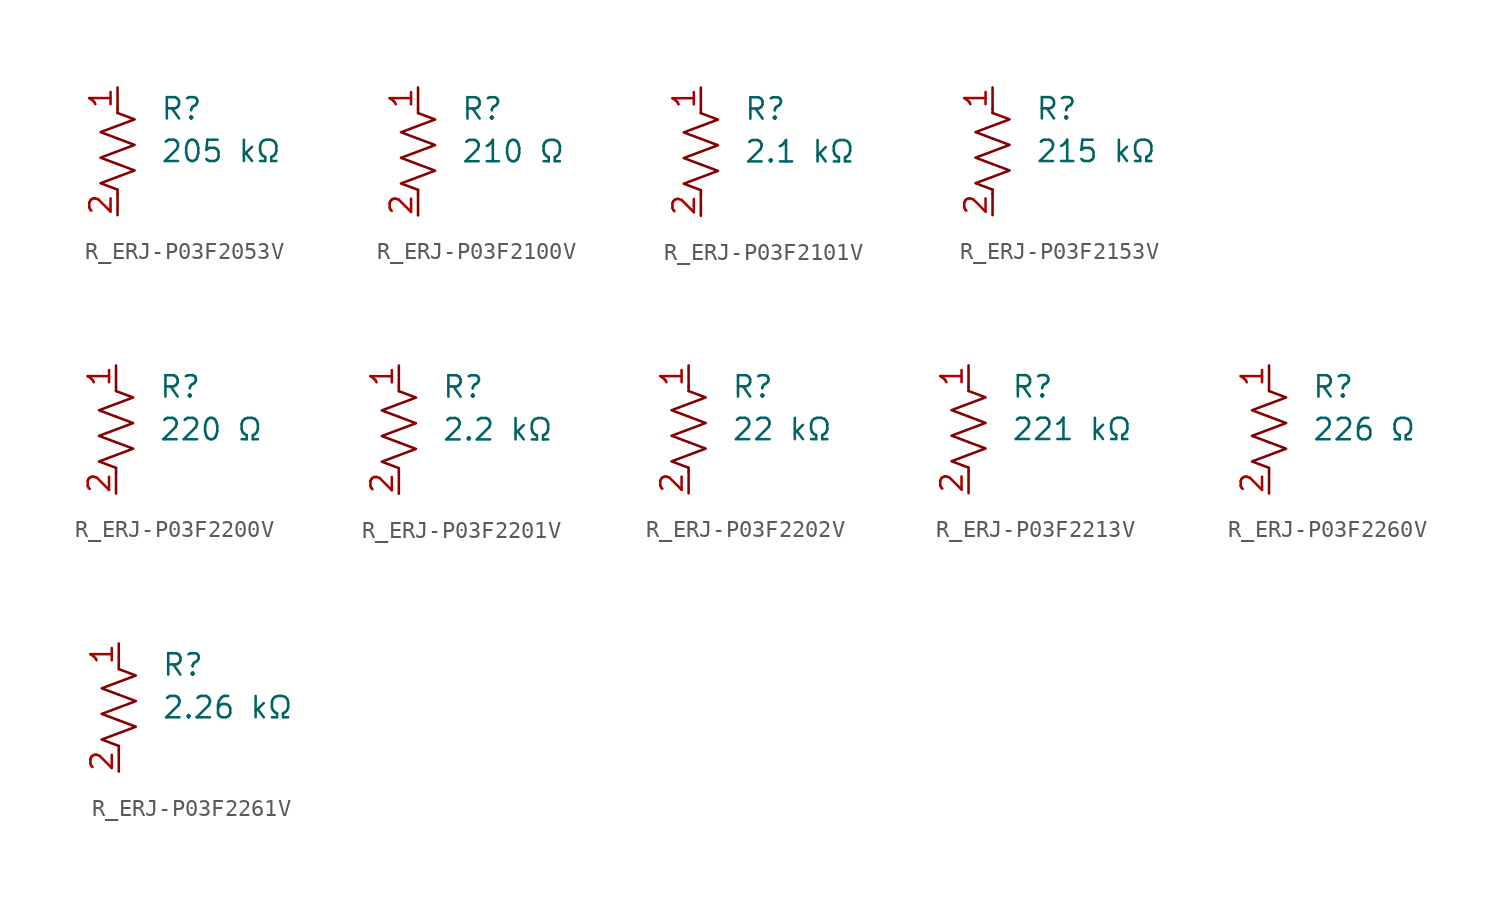
<source format=kicad_sym>
(kicad_symbol_lib
  (version 20231120)
  (generator "kicad_symbol_editor")
  (generator_version "8.0")
  (symbol "R_ERJ-P03F2053V"
    (pin_names
      (offset 0.254))
    (property "Value" "205 kΩ"
      (at 2.54 0 0)
      (effects (font (size 1.27 1.27)) (justify left)))
    (property "Reference" "R"
      (at 2.54 2.54 0)
      (effects (font (size 1.27 1.27)) (justify left)))
    (symbol "R_ERJ-P03F2053V_0_1"
      (polyline (pts (xy 0 -2.286) (xy 0 -2.54)) (stroke (width 0) (type default)) (fill (type none)))
      (polyline (pts (xy 0 2.286) (xy 0 2.54)) (stroke (width 0) (type default)) (fill (type none)))
      (polyline (pts (xy 0 -0.762) (xy 1.016 -1.143) (xy 0 -1.524) (xy -1.016 -1.905) (xy 0 -2.286)) (stroke (width 0) (type default)) (fill (type none)))
      (polyline (pts (xy 0 0.762) (xy 1.016 0.381) (xy 0 0) (xy -1.016 -0.381) (xy 0 -0.762)) (stroke (width 0) (type default)) (fill (type none)))
      (polyline (pts (xy 0 2.286) (xy 1.016 1.905) (xy 0 1.524) (xy -1.016 1.143) (xy 0 0.762)) (stroke (width 0) (type default)) (fill (type none))))
    (symbol "R_ERJ-P03F2053V_1_1"
      (pin passive line (at 0 3.81 270) (length 1.27) (name "~" (effects (font (size 1.27 1.27)))) (number "1" (effects (font (size 1.27 1.27)))))
      (pin passive line (at 0 -3.81 90) (length 1.27) (name "~" (effects (font (size 1.27 1.27)))) (number "2" (effects (font (size 1.27 1.27)))))))
  (symbol "R_ERJ-P03F2100V"
    (pin_names
      (offset 0.254))
    (property "Value" "210 Ω"
      (at 2.54 0 0)
      (effects (font (size 1.27 1.27)) (justify left)))
    (property "Reference" "R"
      (at 2.54 2.54 0)
      (effects (font (size 1.27 1.27)) (justify left)))
    (symbol "R_ERJ-P03F2100V_0_1"
      (polyline (pts (xy 0 -2.286) (xy 0 -2.54)) (stroke (width 0) (type default)) (fill (type none)))
      (polyline (pts (xy 0 2.286) (xy 0 2.54)) (stroke (width 0) (type default)) (fill (type none)))
      (polyline (pts (xy 0 -0.762) (xy 1.016 -1.143) (xy 0 -1.524) (xy -1.016 -1.905) (xy 0 -2.286)) (stroke (width 0) (type default)) (fill (type none)))
      (polyline (pts (xy 0 0.762) (xy 1.016 0.381) (xy 0 0) (xy -1.016 -0.381) (xy 0 -0.762)) (stroke (width 0) (type default)) (fill (type none)))
      (polyline (pts (xy 0 2.286) (xy 1.016 1.905) (xy 0 1.524) (xy -1.016 1.143) (xy 0 0.762)) (stroke (width 0) (type default)) (fill (type none))))
    (symbol "R_ERJ-P03F2100V_1_1"
      (pin passive line (at 0 3.81 270) (length 1.27) (name "~" (effects (font (size 1.27 1.27)))) (number "1" (effects (font (size 1.27 1.27)))))
      (pin passive line (at 0 -3.81 90) (length 1.27) (name "~" (effects (font (size 1.27 1.27)))) (number "2" (effects (font (size 1.27 1.27)))))))
  (symbol "R_ERJ-P03F2101V"
    (pin_names
      (offset 0.254))
    (property "Value" "2.1 kΩ"
      (at 2.54 0 0)
      (effects (font (size 1.27 1.27)) (justify left)))
    (property "Reference" "R"
      (at 2.54 2.54 0)
      (effects (font (size 1.27 1.27)) (justify left)))
    (symbol "R_ERJ-P03F2101V_0_1"
      (polyline (pts (xy 0 -2.286) (xy 0 -2.54)) (stroke (width 0) (type default)) (fill (type none)))
      (polyline (pts (xy 0 2.286) (xy 0 2.54)) (stroke (width 0) (type default)) (fill (type none)))
      (polyline (pts (xy 0 -0.762) (xy 1.016 -1.143) (xy 0 -1.524) (xy -1.016 -1.905) (xy 0 -2.286)) (stroke (width 0) (type default)) (fill (type none)))
      (polyline (pts (xy 0 0.762) (xy 1.016 0.381) (xy 0 0) (xy -1.016 -0.381) (xy 0 -0.762)) (stroke (width 0) (type default)) (fill (type none)))
      (polyline (pts (xy 0 2.286) (xy 1.016 1.905) (xy 0 1.524) (xy -1.016 1.143) (xy 0 0.762)) (stroke (width 0) (type default)) (fill (type none))))
    (symbol "R_ERJ-P03F2101V_1_1"
      (pin passive line (at 0 3.81 270) (length 1.27) (name "~" (effects (font (size 1.27 1.27)))) (number "1" (effects (font (size 1.27 1.27)))))
      (pin passive line (at 0 -3.81 90) (length 1.27) (name "~" (effects (font (size 1.27 1.27)))) (number "2" (effects (font (size 1.27 1.27)))))))
  (symbol "R_ERJ-P03F2153V"
    (pin_names
      (offset 0.254))
    (property "Value" "215 kΩ"
      (at 2.54 0 0)
      (effects (font (size 1.27 1.27)) (justify left)))
    (property "Reference" "R"
      (at 2.54 2.54 0)
      (effects (font (size 1.27 1.27)) (justify left)))
    (symbol "R_ERJ-P03F2153V_0_1"
      (polyline (pts (xy 0 -2.286) (xy 0 -2.54)) (stroke (width 0) (type default)) (fill (type none)))
      (polyline (pts (xy 0 2.286) (xy 0 2.54)) (stroke (width 0) (type default)) (fill (type none)))
      (polyline (pts (xy 0 -0.762) (xy 1.016 -1.143) (xy 0 -1.524) (xy -1.016 -1.905) (xy 0 -2.286)) (stroke (width 0) (type default)) (fill (type none)))
      (polyline (pts (xy 0 0.762) (xy 1.016 0.381) (xy 0 0) (xy -1.016 -0.381) (xy 0 -0.762)) (stroke (width 0) (type default)) (fill (type none)))
      (polyline (pts (xy 0 2.286) (xy 1.016 1.905) (xy 0 1.524) (xy -1.016 1.143) (xy 0 0.762)) (stroke (width 0) (type default)) (fill (type none))))
    (symbol "R_ERJ-P03F2153V_1_1"
      (pin passive line (at 0 3.81 270) (length 1.27) (name "~" (effects (font (size 1.27 1.27)))) (number "1" (effects (font (size 1.27 1.27)))))
      (pin passive line (at 0 -3.81 90) (length 1.27) (name "~" (effects (font (size 1.27 1.27)))) (number "2" (effects (font (size 1.27 1.27)))))))
  (symbol "R_ERJ-P03F2200V"
    (pin_names
      (offset 0.254))
    (property "Value" "220 Ω"
      (at 2.54 0 0)
      (effects (font (size 1.27 1.27)) (justify left)))
    (property "Reference" "R"
      (at 2.54 2.54 0)
      (effects (font (size 1.27 1.27)) (justify left)))
    (symbol "R_ERJ-P03F2200V_0_1"
      (polyline (pts (xy 0 -2.286) (xy 0 -2.54)) (stroke (width 0) (type default)) (fill (type none)))
      (polyline (pts (xy 0 2.286) (xy 0 2.54)) (stroke (width 0) (type default)) (fill (type none)))
      (polyline (pts (xy 0 -0.762) (xy 1.016 -1.143) (xy 0 -1.524) (xy -1.016 -1.905) (xy 0 -2.286)) (stroke (width 0) (type default)) (fill (type none)))
      (polyline (pts (xy 0 0.762) (xy 1.016 0.381) (xy 0 0) (xy -1.016 -0.381) (xy 0 -0.762)) (stroke (width 0) (type default)) (fill (type none)))
      (polyline (pts (xy 0 2.286) (xy 1.016 1.905) (xy 0 1.524) (xy -1.016 1.143) (xy 0 0.762)) (stroke (width 0) (type default)) (fill (type none))))
    (symbol "R_ERJ-P03F2200V_1_1"
      (pin passive line (at 0 3.81 270) (length 1.27) (name "~" (effects (font (size 1.27 1.27)))) (number "1" (effects (font (size 1.27 1.27)))))
      (pin passive line (at 0 -3.81 90) (length 1.27) (name "~" (effects (font (size 1.27 1.27)))) (number "2" (effects (font (size 1.27 1.27)))))))
  (symbol "R_ERJ-P03F2201V"
    (pin_names
      (offset 0.254))
    (property "Value" "2.2 kΩ"
      (at 2.54 0 0)
      (effects (font (size 1.27 1.27)) (justify left)))
    (property "Reference" "R"
      (at 2.54 2.54 0)
      (effects (font (size 1.27 1.27)) (justify left)))
    (symbol "R_ERJ-P03F2201V_0_1"
      (polyline (pts (xy 0 -2.286) (xy 0 -2.54)) (stroke (width 0) (type default)) (fill (type none)))
      (polyline (pts (xy 0 2.286) (xy 0 2.54)) (stroke (width 0) (type default)) (fill (type none)))
      (polyline (pts (xy 0 -0.762) (xy 1.016 -1.143) (xy 0 -1.524) (xy -1.016 -1.905) (xy 0 -2.286)) (stroke (width 0) (type default)) (fill (type none)))
      (polyline (pts (xy 0 0.762) (xy 1.016 0.381) (xy 0 0) (xy -1.016 -0.381) (xy 0 -0.762)) (stroke (width 0) (type default)) (fill (type none)))
      (polyline (pts (xy 0 2.286) (xy 1.016 1.905) (xy 0 1.524) (xy -1.016 1.143) (xy 0 0.762)) (stroke (width 0) (type default)) (fill (type none))))
    (symbol "R_ERJ-P03F2201V_1_1"
      (pin passive line (at 0 3.81 270) (length 1.27) (name "~" (effects (font (size 1.27 1.27)))) (number "1" (effects (font (size 1.27 1.27)))))
      (pin passive line (at 0 -3.81 90) (length 1.27) (name "~" (effects (font (size 1.27 1.27)))) (number "2" (effects (font (size 1.27 1.27)))))))
  (symbol "R_ERJ-P03F2202V"
    (pin_names
      (offset 0.254))
    (property "Value" "22 kΩ"
      (at 2.54 0 0)
      (effects (font (size 1.27 1.27)) (justify left)))
    (property "Reference" "R"
      (at 2.54 2.54 0)
      (effects (font (size 1.27 1.27)) (justify left)))
    (symbol "R_ERJ-P03F2202V_0_1"
      (polyline (pts (xy 0 -2.286) (xy 0 -2.54)) (stroke (width 0) (type default)) (fill (type none)))
      (polyline (pts (xy 0 2.286) (xy 0 2.54)) (stroke (width 0) (type default)) (fill (type none)))
      (polyline (pts (xy 0 -0.762) (xy 1.016 -1.143) (xy 0 -1.524) (xy -1.016 -1.905) (xy 0 -2.286)) (stroke (width 0) (type default)) (fill (type none)))
      (polyline (pts (xy 0 0.762) (xy 1.016 0.381) (xy 0 0) (xy -1.016 -0.381) (xy 0 -0.762)) (stroke (width 0) (type default)) (fill (type none)))
      (polyline (pts (xy 0 2.286) (xy 1.016 1.905) (xy 0 1.524) (xy -1.016 1.143) (xy 0 0.762)) (stroke (width 0) (type default)) (fill (type none))))
    (symbol "R_ERJ-P03F2202V_1_1"
      (pin passive line (at 0 3.81 270) (length 1.27) (name "~" (effects (font (size 1.27 1.27)))) (number "1" (effects (font (size 1.27 1.27)))))
      (pin passive line (at 0 -3.81 90) (length 1.27) (name "~" (effects (font (size 1.27 1.27)))) (number "2" (effects (font (size 1.27 1.27)))))))
  (symbol "R_ERJ-P03F2213V"
    (pin_names
      (offset 0.254))
    (property "Value" "221 kΩ"
      (at 2.54 0 0)
      (effects (font (size 1.27 1.27)) (justify left)))
    (property "Reference" "R"
      (at 2.54 2.54 0)
      (effects (font (size 1.27 1.27)) (justify left)))
    (symbol "R_ERJ-P03F2213V_0_1"
      (polyline (pts (xy 0 -2.286) (xy 0 -2.54)) (stroke (width 0) (type default)) (fill (type none)))
      (polyline (pts (xy 0 2.286) (xy 0 2.54)) (stroke (width 0) (type default)) (fill (type none)))
      (polyline (pts (xy 0 -0.762) (xy 1.016 -1.143) (xy 0 -1.524) (xy -1.016 -1.905) (xy 0 -2.286)) (stroke (width 0) (type default)) (fill (type none)))
      (polyline (pts (xy 0 0.762) (xy 1.016 0.381) (xy 0 0) (xy -1.016 -0.381) (xy 0 -0.762)) (stroke (width 0) (type default)) (fill (type none)))
      (polyline (pts (xy 0 2.286) (xy 1.016 1.905) (xy 0 1.524) (xy -1.016 1.143) (xy 0 0.762)) (stroke (width 0) (type default)) (fill (type none))))
    (symbol "R_ERJ-P03F2213V_1_1"
      (pin passive line (at 0 3.81 270) (length 1.27) (name "~" (effects (font (size 1.27 1.27)))) (number "1" (effects (font (size 1.27 1.27)))))
      (pin passive line (at 0 -3.81 90) (length 1.27) (name "~" (effects (font (size 1.27 1.27)))) (number "2" (effects (font (size 1.27 1.27)))))))
  (symbol "R_ERJ-P03F2260V"
    (pin_names
      (offset 0.254))
    (property "Value" "226 Ω"
      (at 2.54 0 0)
      (effects (font (size 1.27 1.27)) (justify left)))
    (property "Reference" "R"
      (at 2.54 2.54 0)
      (effects (font (size 1.27 1.27)) (justify left)))
    (symbol "R_ERJ-P03F2260V_0_1"
      (polyline (pts (xy 0 -2.286) (xy 0 -2.54)) (stroke (width 0) (type default)) (fill (type none)))
      (polyline (pts (xy 0 2.286) (xy 0 2.54)) (stroke (width 0) (type default)) (fill (type none)))
      (polyline (pts (xy 0 -0.762) (xy 1.016 -1.143) (xy 0 -1.524) (xy -1.016 -1.905) (xy 0 -2.286)) (stroke (width 0) (type default)) (fill (type none)))
      (polyline (pts (xy 0 0.762) (xy 1.016 0.381) (xy 0 0) (xy -1.016 -0.381) (xy 0 -0.762)) (stroke (width 0) (type default)) (fill (type none)))
      (polyline (pts (xy 0 2.286) (xy 1.016 1.905) (xy 0 1.524) (xy -1.016 1.143) (xy 0 0.762)) (stroke (width 0) (type default)) (fill (type none))))
    (symbol "R_ERJ-P03F2260V_1_1"
      (pin passive line (at 0 3.81 270) (length 1.27) (name "~" (effects (font (size 1.27 1.27)))) (number "1" (effects (font (size 1.27 1.27)))))
      (pin passive line (at 0 -3.81 90) (length 1.27) (name "~" (effects (font (size 1.27 1.27)))) (number "2" (effects (font (size 1.27 1.27)))))))
  (symbol "R_ERJ-P03F2261V"
    (pin_names
      (offset 0.254))
    (property "Value" "2.26 kΩ"
      (at 2.54 0 0)
      (effects (font (size 1.27 1.27)) (justify left)))
    (property "Reference" "R"
      (at 2.54 2.54 0)
      (effects (font (size 1.27 1.27)) (justify left)))
    (symbol "R_ERJ-P03F2261V_0_1"
      (polyline (pts (xy 0 -2.286) (xy 0 -2.54)) (stroke (width 0) (type default)) (fill (type none)))
      (polyline (pts (xy 0 2.286) (xy 0 2.54)) (stroke (width 0) (type default)) (fill (type none)))
      (polyline (pts (xy 0 -0.762) (xy 1.016 -1.143) (xy 0 -1.524) (xy -1.016 -1.905) (xy 0 -2.286)) (stroke (width 0) (type default)) (fill (type none)))
      (polyline (pts (xy 0 0.762) (xy 1.016 0.381) (xy 0 0) (xy -1.016 -0.381) (xy 0 -0.762)) (stroke (width 0) (type default)) (fill (type none)))
      (polyline (pts (xy 0 2.286) (xy 1.016 1.905) (xy 0 1.524) (xy -1.016 1.143) (xy 0 0.762)) (stroke (width 0) (type default)) (fill (type none))))
    (symbol "R_ERJ-P03F2261V_1_1"
      (pin passive line (at 0 3.81 270) (length 1.27) (name "~" (effects (font (size 1.27 1.27)))) (number "1" (effects (font (size 1.27 1.27)))))
      (pin passive line (at 0 -3.81 90) (length 1.27) (name "~" (effects (font (size 1.27 1.27)))) (number "2" (effects (font (size 1.27 1.27))))))))
</source>
